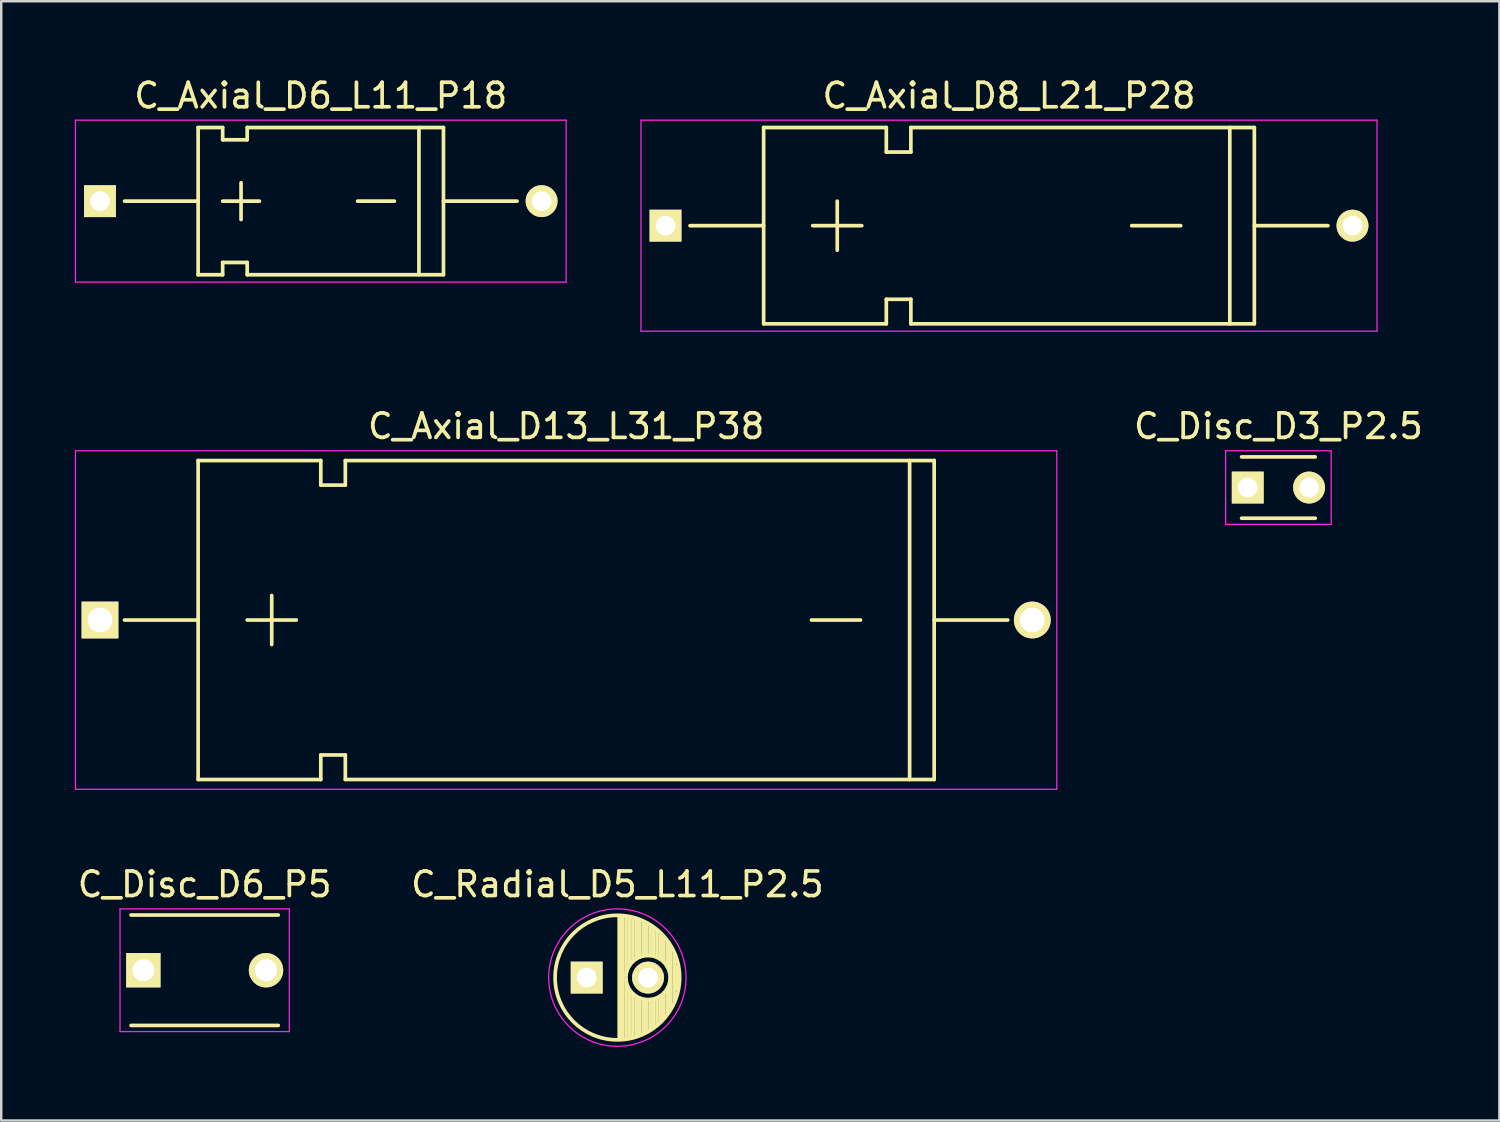
<source format=kicad_pcb>
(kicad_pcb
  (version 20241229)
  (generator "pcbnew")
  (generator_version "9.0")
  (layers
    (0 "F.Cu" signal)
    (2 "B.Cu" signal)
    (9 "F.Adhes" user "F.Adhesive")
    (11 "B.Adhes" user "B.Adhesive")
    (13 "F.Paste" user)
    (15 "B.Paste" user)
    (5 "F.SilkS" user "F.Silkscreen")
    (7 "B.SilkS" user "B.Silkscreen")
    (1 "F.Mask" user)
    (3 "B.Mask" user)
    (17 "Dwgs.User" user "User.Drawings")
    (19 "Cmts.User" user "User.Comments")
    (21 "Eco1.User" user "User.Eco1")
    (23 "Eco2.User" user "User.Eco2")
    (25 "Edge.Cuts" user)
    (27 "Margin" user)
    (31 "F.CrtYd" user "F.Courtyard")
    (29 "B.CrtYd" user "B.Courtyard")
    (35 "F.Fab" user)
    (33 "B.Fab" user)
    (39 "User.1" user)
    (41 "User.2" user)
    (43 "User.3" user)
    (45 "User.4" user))
  (footprint "C_Radial_D5_L11_P2.5"
    (layer "F.Cu")
    (at 20.863 36.795)
    (property "Reference" "C_Radial_D5_L11_P2.5" (at 1.25 -3.8 0) (layer "F.SilkS") (effects (font (size 1 1) (thickness 0.15))))
    (attr through_hole)
    (fp_line (start 1.325 -2.499) (end 1.325 2.499) (stroke (width 0.15) (type solid)) (layer "F.SilkS"))
    (fp_line (start 1.465 -2.491) (end 1.465 2.491) (stroke (width 0.15) (type solid)) (layer "F.SilkS"))
    (fp_line (start 1.605 -2.475) (end 1.605 -0.095) (stroke (width 0.15) (type solid)) (layer "F.SilkS"))
    (fp_line (start 1.605 0.095) (end 1.605 2.475) (stroke (width 0.15) (type solid)) (layer "F.SilkS"))
    (fp_line (start 1.745 -2.451) (end 1.745 -0.49) (stroke (width 0.15) (type solid)) (layer "F.SilkS"))
    (fp_line (start 1.745 0.49) (end 1.745 2.451) (stroke (width 0.15) (type solid)) (layer "F.SilkS"))
    (fp_line (start 1.885 -2.418) (end 1.885 -0.657) (stroke (width 0.15) (type solid)) (layer "F.SilkS"))
    (fp_line (start 1.885 0.657) (end 1.885 2.418) (stroke (width 0.15) (type solid)) (layer "F.SilkS"))
    (fp_line (start 2.025 -2.377) (end 2.025 -0.764) (stroke (width 0.15) (type solid)) (layer "F.SilkS"))
    (fp_line (start 2.025 0.764) (end 2.025 2.377) (stroke (width 0.15) (type solid)) (layer "F.SilkS"))
    (fp_line (start 2.165 -2.327) (end 2.165 -0.835) (stroke (width 0.15) (type solid)) (layer "F.SilkS"))
    (fp_line (start 2.165 0.835) (end 2.165 2.327) (stroke (width 0.15) (type solid)) (layer "F.SilkS"))
    (fp_line (start 2.305 -2.266) (end 2.305 -0.879) (stroke (width 0.15) (type solid)) (layer "F.SilkS"))
    (fp_line (start 2.305 0.879) (end 2.305 2.266) (stroke (width 0.15) (type solid)) (layer "F.SilkS"))
    (fp_line (start 2.445 -2.196) (end 2.445 -0.898) (stroke (width 0.15) (type solid)) (layer "F.SilkS"))
    (fp_line (start 2.445 0.898) (end 2.445 2.196) (stroke (width 0.15) (type solid)) (layer "F.SilkS"))
    (fp_line (start 2.585 -2.114) (end 2.585 -0.896) (stroke (width 0.15) (type solid)) (layer "F.SilkS"))
    (fp_line (start 2.585 0.896) (end 2.585 2.114) (stroke (width 0.15) (type solid)) (layer "F.SilkS"))
    (fp_line (start 2.725 -2.019) (end 2.725 -0.871) (stroke (width 0.15) (type solid)) (layer "F.SilkS"))
    (fp_line (start 2.725 0.871) (end 2.725 2.019) (stroke (width 0.15) (type solid)) (layer "F.SilkS"))
    (fp_line (start 2.865 -1.908) (end 2.865 -0.823) (stroke (width 0.15) (type solid)) (layer "F.SilkS"))
    (fp_line (start 2.865 0.823) (end 2.865 1.908) (stroke (width 0.15) (type solid)) (layer "F.SilkS"))
    (fp_line (start 3.005 -1.78) (end 3.005 -0.745) (stroke (width 0.15) (type solid)) (layer "F.SilkS"))
    (fp_line (start 3.005 0.745) (end 3.005 1.78) (stroke (width 0.15) (type solid)) (layer "F.SilkS"))
    (fp_line (start 3.145 -1.631) (end 3.145 -0.628) (stroke (width 0.15) (type solid)) (layer "F.SilkS"))
    (fp_line (start 3.145 0.628) (end 3.145 1.631) (stroke (width 0.15) (type solid)) (layer "F.SilkS"))
    (fp_line (start 3.285 -1.452) (end 3.285 -0.44) (stroke (width 0.15) (type solid)) (layer "F.SilkS"))
    (fp_line (start 3.285 0.44) (end 3.285 1.452) (stroke (width 0.15) (type solid)) (layer "F.SilkS"))
    (fp_line (start 3.425 -1.233) (end 3.425 1.233) (stroke (width 0.15) (type solid)) (layer "F.SilkS"))
    (fp_line (start 3.565 -0.944) (end 3.565 0.944) (stroke (width 0.15) (type solid)) (layer "F.SilkS"))
    (fp_line (start 3.705 -0.472) (end 3.705 0.472) (stroke (width 0.15) (type solid)) (layer "F.SilkS"))
    (fp_circle (center 1.25 0) (end 1.25 -2.538) (stroke (width 0.15) (type solid)) (fill no) (layer "F.SilkS"))
    (fp_circle (center 2.5 0) (end 2.5 -0.9) (stroke (width 0.15) (type solid)) (fill no) (layer "F.SilkS"))
    (fp_circle (center 1.25 0) (end 1.25 -2.8) (stroke (width 0.05) (type solid)) (fill no) (layer "F.CrtYd"))
    (pad "1" thru_hole rect (at 0 0) (size 1.3 1.3) (drill 0.8) (layers "*.Cu" "*.Mask" "F.SilkS"))
    (pad "2" thru_hole circle (at 2.5 0) (size 1.3 1.3) (drill 0.8) (layers "*.Cu" "*.Mask" "F.SilkS")))
  (footprint "C_Axial_D6_L11_P18"
    (layer "F.Cu")
    (at 1.025 5.148)
    (property "Reference" "C_Axial_D6_L11_P18" (at 9 -4.3 0) (layer "F.SilkS") (effects (font (size 1 1) (thickness 0.15))))
    (attr through_hole)
    (fp_line (start 4 0) (end 1 0) (stroke (width 0.15) (type solid)) (layer "F.SilkS"))
    (fp_line (start 4 3) (end 4 -3) (stroke (width 0.15) (type solid)) (layer "F.SilkS"))
    (fp_line (start 5 -3) (end 4 -3) (stroke (width 0.15) (type solid)) (layer "F.SilkS"))
    (fp_line (start 5 -3) (end 5 -2.5) (stroke (width 0.15) (type solid)) (layer "F.SilkS"))
    (fp_line (start 5 -2.5) (end 6 -2.5) (stroke (width 0.15) (type solid)) (layer "F.SilkS"))
    (fp_line (start 5 0) (end 6.5 0) (stroke (width 0.15) (type solid)) (layer "F.SilkS"))
    (fp_line (start 5 2.5) (end 5 3) (stroke (width 0.15) (type solid)) (layer "F.SilkS"))
    (fp_line (start 5 3) (end 4 3) (stroke (width 0.15) (type solid)) (layer "F.SilkS"))
    (fp_line (start 5.75 0.75) (end 5.75 -0.75) (stroke (width 0.15) (type solid)) (layer "F.SilkS"))
    (fp_line (start 6 -2.5) (end 6 -3) (stroke (width 0.15) (type solid)) (layer "F.SilkS"))
    (fp_line (start 6 2.5) (end 5 2.5) (stroke (width 0.15) (type solid)) (layer "F.SilkS"))
    (fp_line (start 6 3) (end 6 2.5) (stroke (width 0.15) (type solid)) (layer "F.SilkS"))
    (fp_line (start 6 3) (end 14 3) (stroke (width 0.15) (type solid)) (layer "F.SilkS"))
    (fp_line (start 10.5 0) (end 12 0) (stroke (width 0.15) (type solid)) (layer "F.SilkS"))
    (fp_line (start 13 -3) (end 13 3) (stroke (width 0.15) (type solid)) (layer "F.SilkS"))
    (fp_line (start 14 -3) (end 6 -3) (stroke (width 0.15) (type solid)) (layer "F.SilkS"))
    (fp_line (start 14 3) (end 14 -3) (stroke (width 0.15) (type solid)) (layer "F.SilkS"))
    (fp_line (start 17 0) (end 14 0) (stroke (width 0.15) (type solid)) (layer "F.SilkS"))
    (fp_line (start -1 -3.3) (end 19 -3.3) (stroke (width 0.05) (type solid)) (layer "F.CrtYd"))
    (fp_line (start -1 3.3) (end -1 -3.3) (stroke (width 0.05) (type solid)) (layer "F.CrtYd"))
    (fp_line (start 19 -3.3) (end 19 3.3) (stroke (width 0.05) (type solid)) (layer "F.CrtYd"))
    (fp_line (start 19 3.3) (end -1 3.3) (stroke (width 0.05) (type solid)) (layer "F.CrtYd"))
    (pad "1" thru_hole rect (at 0 0) (size 1.3 1.3) (drill 0.8) (layers "*.Cu" "*.Mask" "F.SilkS"))
    (pad "2" thru_hole circle (at 18 0) (size 1.3 1.3) (drill 0.8) (layers "*.Cu" "*.Mask" "F.SilkS")))
  (footprint "C_Axial_D13_L31_P38"
    (layer "F.Cu")
    (at 1.025 22.221)
    (property "Reference" "C_Axial_D13_L31_P38" (at 19 -7.9 0) (layer "F.SilkS") (effects (font (size 1 1) (thickness 0.15))))
    (attr through_hole)
    (fp_line (start 4 0) (end 1 0) (stroke (width 0.15) (type solid)) (layer "F.SilkS"))
    (fp_line (start 4 6.5) (end 4 -6.5) (stroke (width 0.15) (type solid)) (layer "F.SilkS"))
    (fp_line (start 6 0) (end 8 0) (stroke (width 0.15) (type solid)) (layer "F.SilkS"))
    (fp_line (start 7 1) (end 7 -1) (stroke (width 0.15) (type solid)) (layer "F.SilkS"))
    (fp_line (start 9 -6.5) (end 4 -6.5) (stroke (width 0.15) (type solid)) (layer "F.SilkS"))
    (fp_line (start 9 -6.5) (end 9 -5.5) (stroke (width 0.15) (type solid)) (layer "F.SilkS"))
    (fp_line (start 9 -5.5) (end 10 -5.5) (stroke (width 0.15) (type solid)) (layer "F.SilkS"))
    (fp_line (start 9 5.5) (end 9 6.5) (stroke (width 0.15) (type solid)) (layer "F.SilkS"))
    (fp_line (start 9 6.5) (end 4 6.5) (stroke (width 0.15) (type solid)) (layer "F.SilkS"))
    (fp_line (start 10 -5.5) (end 10 -6.5) (stroke (width 0.15) (type solid)) (layer "F.SilkS"))
    (fp_line (start 10 5.5) (end 9 5.5) (stroke (width 0.15) (type solid)) (layer "F.SilkS"))
    (fp_line (start 10 6.5) (end 10 5.5) (stroke (width 0.15) (type solid)) (layer "F.SilkS"))
    (fp_line (start 10 6.5) (end 34 6.5) (stroke (width 0.15) (type solid)) (layer "F.SilkS"))
    (fp_line (start 29 0) (end 31 0) (stroke (width 0.15) (type solid)) (layer "F.SilkS"))
    (fp_line (start 33 -6.5) (end 33 6.5) (stroke (width 0.15) (type solid)) (layer "F.SilkS"))
    (fp_line (start 34 -6.5) (end 10 -6.5) (stroke (width 0.15) (type solid)) (layer "F.SilkS"))
    (fp_line (start 34 6.5) (end 34 -6.5) (stroke (width 0.15) (type solid)) (layer "F.SilkS"))
    (fp_line (start 37 0) (end 34 0) (stroke (width 0.15) (type solid)) (layer "F.SilkS"))
    (fp_line (start -1 -6.9) (end 39 -6.9) (stroke (width 0.05) (type solid)) (layer "F.CrtYd"))
    (fp_line (start -1 6.9) (end -1 -6.9) (stroke (width 0.05) (type solid)) (layer "F.CrtYd"))
    (fp_line (start 39 -6.9) (end 39 6.9) (stroke (width 0.05) (type solid)) (layer "F.CrtYd"))
    (fp_line (start 39 6.9) (end -1 6.9) (stroke (width 0.05) (type solid)) (layer "F.CrtYd"))
    (pad "1" thru_hole rect (at 0 0) (size 1.5 1.5) (drill 1) (layers "*.Cu" "*.Mask" "F.SilkS"))
    (pad "2" thru_hole circle (at 38 0) (size 1.5 1.5) (drill 1) (layers "*.Cu" "*.Mask" "F.SilkS")))
  (footprint "C_Disc_D6_P5"
    (layer "F.Cu")
    (at 2.792 36.495)
    (property "Reference" "C_Disc_D6_P5" (at 2.5 -3.5 0) (layer "F.SilkS") (effects (font (size 1 1) (thickness 0.15))))
    (attr through_hole)
    (fp_line (start -0.5 -2.25) (end 5.5 -2.25) (stroke (width 0.15) (type solid)) (layer "F.SilkS"))
    (fp_line (start 5.5 2.25) (end -0.5 2.25) (stroke (width 0.15) (type solid)) (layer "F.SilkS"))
    (fp_line (start -0.95 -2.5) (end 5.95 -2.5) (stroke (width 0.05) (type solid)) (layer "F.CrtYd"))
    (fp_line (start -0.95 2.5) (end -0.95 -2.5) (stroke (width 0.05) (type solid)) (layer "F.CrtYd"))
    (fp_line (start 5.95 -2.5) (end 5.95 2.5) (stroke (width 0.05) (type solid)) (layer "F.CrtYd"))
    (fp_line (start 5.95 2.5) (end -0.95 2.5) (stroke (width 0.05) (type solid)) (layer "F.CrtYd"))
    (pad "1" thru_hole rect (at 0 0) (size 1.4 1.4) (drill 0.9) (layers "*.Cu" "*.Mask" "F.SilkS"))
    (pad "2" thru_hole circle (at 5 0) (size 1.4 1.4) (drill 0.9) (layers "*.Cu" "*.Mask" "F.SilkS")))
  (footprint "C_Disc_D3_P2.5"
    (layer "F.Cu")
    (at 47.806 16.822)
    (property "Reference" "C_Disc_D3_P2.5" (at 1.25 -2.5 0) (layer "F.SilkS") (effects (font (size 1 1) (thickness 0.15))))
    (attr through_hole)
    (fp_line (start -0.25 -1.25) (end 2.75 -1.25) (stroke (width 0.15) (type solid)) (layer "F.SilkS"))
    (fp_line (start 2.75 1.25) (end -0.25 1.25) (stroke (width 0.15) (type solid)) (layer "F.SilkS"))
    (fp_line (start -0.9 -1.5) (end 3.4 -1.5) (stroke (width 0.05) (type solid)) (layer "F.CrtYd"))
    (fp_line (start -0.9 1.5) (end -0.9 -1.5) (stroke (width 0.05) (type solid)) (layer "F.CrtYd"))
    (fp_line (start 3.4 -1.5) (end 3.4 1.5) (stroke (width 0.05) (type solid)) (layer "F.CrtYd"))
    (fp_line (start 3.4 1.5) (end -0.9 1.5) (stroke (width 0.05) (type solid)) (layer "F.CrtYd"))
    (pad "1" thru_hole rect (at 0 0) (size 1.3 1.3) (drill 0.8) (layers "*.Cu" "*.Mask" "F.SilkS"))
    (pad "2" thru_hole circle (at 2.5 0) (size 1.3 1.3) (drill 0.8) (layers "*.Cu" "*.Mask" "F.SilkS")))
  (footprint "C_Axial_D8_L21_P28"
    (layer "F.Cu")
    (at 24.075 6.148)
    (property "Reference" "C_Axial_D8_L21_P28" (at 14 -5.3 0) (layer "F.SilkS") (effects (font (size 1 1) (thickness 0.15))))
    (attr through_hole)
    (fp_line (start 4 0) (end 1 0) (stroke (width 0.15) (type solid)) (layer "F.SilkS"))
    (fp_line (start 4 4) (end 4 -4) (stroke (width 0.15) (type solid)) (layer "F.SilkS"))
    (fp_line (start 6 0) (end 8 0) (stroke (width 0.15) (type solid)) (layer "F.SilkS"))
    (fp_line (start 7 1) (end 7 -1) (stroke (width 0.15) (type solid)) (layer "F.SilkS"))
    (fp_line (start 9 -4) (end 4 -4) (stroke (width 0.15) (type solid)) (layer "F.SilkS"))
    (fp_line (start 9 -4) (end 9 -3) (stroke (width 0.15) (type solid)) (layer "F.SilkS"))
    (fp_line (start 9 -3) (end 10 -3) (stroke (width 0.15) (type solid)) (layer "F.SilkS"))
    (fp_line (start 9 3) (end 9 4) (stroke (width 0.15) (type solid)) (layer "F.SilkS"))
    (fp_line (start 9 4) (end 4 4) (stroke (width 0.15) (type solid)) (layer "F.SilkS"))
    (fp_line (start 10 -3) (end 10 -4) (stroke (width 0.15) (type solid)) (layer "F.SilkS"))
    (fp_line (start 10 3) (end 9 3) (stroke (width 0.15) (type solid)) (layer "F.SilkS"))
    (fp_line (start 10 4) (end 10 3) (stroke (width 0.15) (type solid)) (layer "F.SilkS"))
    (fp_line (start 10 4) (end 24 4) (stroke (width 0.15) (type solid)) (layer "F.SilkS"))
    (fp_line (start 19 0) (end 21 0) (stroke (width 0.15) (type solid)) (layer "F.SilkS"))
    (fp_line (start 23 -4) (end 23 4) (stroke (width 0.15) (type solid)) (layer "F.SilkS"))
    (fp_line (start 24 -4) (end 10 -4) (stroke (width 0.15) (type solid)) (layer "F.SilkS"))
    (fp_line (start 24 4) (end 24 -4) (stroke (width 0.15) (type solid)) (layer "F.SilkS"))
    (fp_line (start 27 0) (end 24 0) (stroke (width 0.15) (type solid)) (layer "F.SilkS"))
    (fp_line (start -1 -4.3) (end 29 -4.3) (stroke (width 0.05) (type solid)) (layer "F.CrtYd"))
    (fp_line (start -1 4.3) (end -1 -4.3) (stroke (width 0.05) (type solid)) (layer "F.CrtYd"))
    (fp_line (start 29 -4.3) (end 29 4.3) (stroke (width 0.05) (type solid)) (layer "F.CrtYd"))
    (fp_line (start 29 4.3) (end -1 4.3) (stroke (width 0.05) (type solid)) (layer "F.CrtYd"))
    (pad "1" thru_hole rect (at 0 0) (size 1.3 1.3) (drill 0.8) (layers "*.Cu" "*.Mask" "F.SilkS"))
    (pad "2" thru_hole circle (at 28 0) (size 1.3 1.3) (drill 0.8) (layers "*.Cu" "*.Mask" "F.SilkS")))
  (gr_rect
    (start -3 -3)
    (end 58.062 42.62)
    (stroke (width 0.1) (type default))
    (fill no)
    (layer "Edge.Cuts")))
</source>
